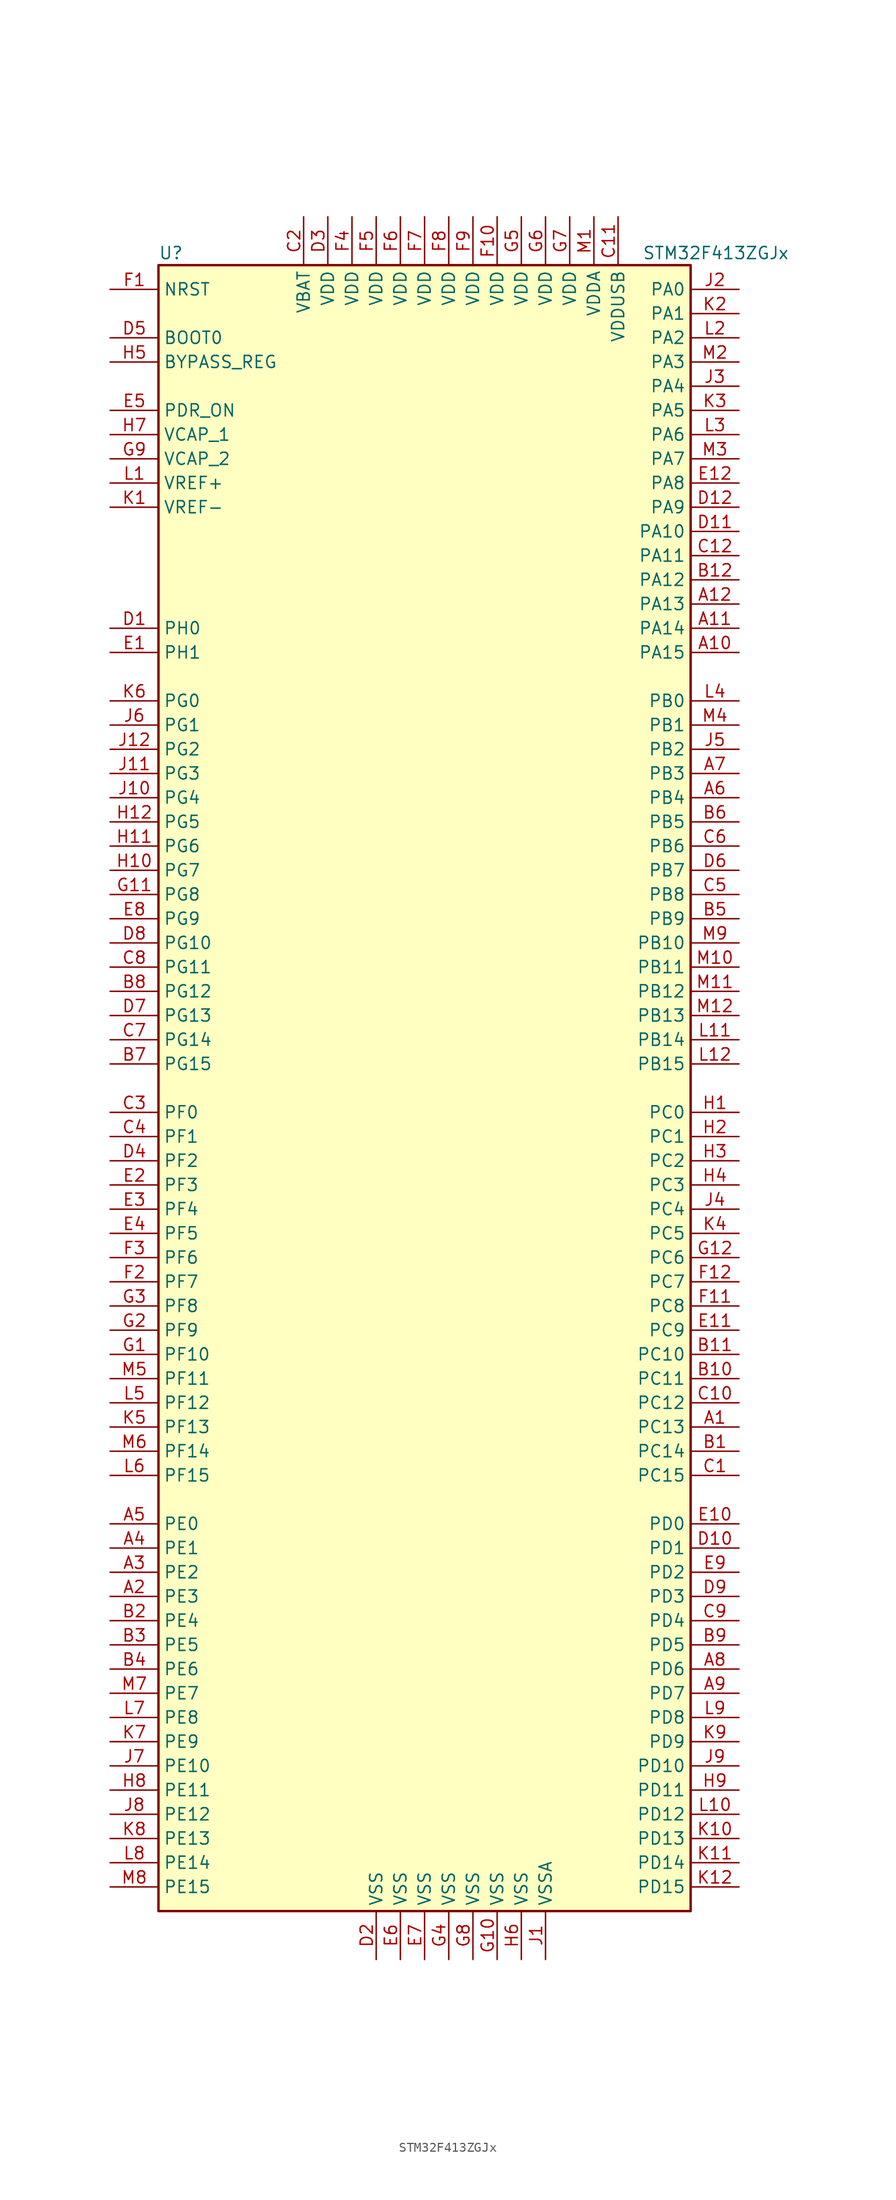
<source format=kicad_sym>
(kicad_symbol_lib
  (version 20211014)
  (generator kicad_symbol_editor)
  (symbol "STM32F413ZGJx"
    (property "Reference" "U"
      (at -27.94 87.63 0)
      (effects (font (size 1.27 1.27)) (justify left)))
    (property "Value" "STM32F413ZGJx"
      (at 22.86 87.63 0)
      (effects (font (size 1.27 1.27)) (justify left)))
    (symbol "STM32F413ZGJx_0_1"
      (rectangle (start -27.94 -86.36) (end 27.94 86.36) (stroke (width 0.254) (type default) (color 0 0 0 0)) (fill (type background))))
    (symbol "STM32F413ZGJx_1_1"
      (pin bidirectional line (at 33.02 -35.56 180) (length 5.08) (name "PC13" (effects (font (size 1.27 1.27)))) (number "A1" (effects (font (size 1.27 1.27)))))
      (pin bidirectional line (at 33.02 45.72 180) (length 5.08) (name "PA15" (effects (font (size 1.27 1.27)))) (number "A10" (effects (font (size 1.27 1.27)))))
      (pin bidirectional line (at 33.02 48.26 180) (length 5.08) (name "PA14" (effects (font (size 1.27 1.27)))) (number "A11" (effects (font (size 1.27 1.27)))))
      (pin bidirectional line (at 33.02 50.8 180) (length 5.08) (name "PA13" (effects (font (size 1.27 1.27)))) (number "A12" (effects (font (size 1.27 1.27)))))
      (pin bidirectional line (at -33.02 -53.34 0) (length 5.08) (name "PE3" (effects (font (size 1.27 1.27)))) (number "A2" (effects (font (size 1.27 1.27)))))
      (pin bidirectional line (at -33.02 -50.8 0) (length 5.08) (name "PE2" (effects (font (size 1.27 1.27)))) (number "A3" (effects (font (size 1.27 1.27)))))
      (pin bidirectional line (at -33.02 -48.26 0) (length 5.08) (name "PE1" (effects (font (size 1.27 1.27)))) (number "A4" (effects (font (size 1.27 1.27)))))
      (pin bidirectional line (at -33.02 -45.72 0) (length 5.08) (name "PE0" (effects (font (size 1.27 1.27)))) (number "A5" (effects (font (size 1.27 1.27)))))
      (pin bidirectional line (at 33.02 30.48 180) (length 5.08) (name "PB4" (effects (font (size 1.27 1.27)))) (number "A6" (effects (font (size 1.27 1.27)))))
      (pin bidirectional line (at 33.02 33.02 180) (length 5.08) (name "PB3" (effects (font (size 1.27 1.27)))) (number "A7" (effects (font (size 1.27 1.27)))))
      (pin bidirectional line (at 33.02 -60.96 180) (length 5.08) (name "PD6" (effects (font (size 1.27 1.27)))) (number "A8" (effects (font (size 1.27 1.27)))))
      (pin bidirectional line (at 33.02 -63.5 180) (length 5.08) (name "PD7" (effects (font (size 1.27 1.27)))) (number "A9" (effects (font (size 1.27 1.27)))))
      (pin bidirectional line (at 33.02 -38.1 180) (length 5.08) (name "PC14" (effects (font (size 1.27 1.27)))) (number "B1" (effects (font (size 1.27 1.27)))))
      (pin bidirectional line (at 33.02 -30.48 180) (length 5.08) (name "PC11" (effects (font (size 1.27 1.27)))) (number "B10" (effects (font (size 1.27 1.27)))))
      (pin bidirectional line (at 33.02 -27.94 180) (length 5.08) (name "PC10" (effects (font (size 1.27 1.27)))) (number "B11" (effects (font (size 1.27 1.27)))))
      (pin bidirectional line (at 33.02 53.34 180) (length 5.08) (name "PA12" (effects (font (size 1.27 1.27)))) (number "B12" (effects (font (size 1.27 1.27)))))
      (pin bidirectional line (at -33.02 -55.88 0) (length 5.08) (name "PE4" (effects (font (size 1.27 1.27)))) (number "B2" (effects (font (size 1.27 1.27)))))
      (pin bidirectional line (at -33.02 -58.42 0) (length 5.08) (name "PE5" (effects (font (size 1.27 1.27)))) (number "B3" (effects (font (size 1.27 1.27)))))
      (pin bidirectional line (at -33.02 -60.96 0) (length 5.08) (name "PE6" (effects (font (size 1.27 1.27)))) (number "B4" (effects (font (size 1.27 1.27)))))
      (pin bidirectional line (at 33.02 17.78 180) (length 5.08) (name "PB9" (effects (font (size 1.27 1.27)))) (number "B5" (effects (font (size 1.27 1.27)))))
      (pin bidirectional line (at 33.02 27.94 180) (length 5.08) (name "PB5" (effects (font (size 1.27 1.27)))) (number "B6" (effects (font (size 1.27 1.27)))))
      (pin bidirectional line (at -33.02 2.54 0) (length 5.08) (name "PG15" (effects (font (size 1.27 1.27)))) (number "B7" (effects (font (size 1.27 1.27)))))
      (pin bidirectional line (at -33.02 10.16 0) (length 5.08) (name "PG12" (effects (font (size 1.27 1.27)))) (number "B8" (effects (font (size 1.27 1.27)))))
      (pin bidirectional line (at 33.02 -58.42 180) (length 5.08) (name "PD5" (effects (font (size 1.27 1.27)))) (number "B9" (effects (font (size 1.27 1.27)))))
      (pin bidirectional line (at 33.02 -40.64 180) (length 5.08) (name "PC15" (effects (font (size 1.27 1.27)))) (number "C1" (effects (font (size 1.27 1.27)))))
      (pin bidirectional line (at 33.02 -33.02 180) (length 5.08) (name "PC12" (effects (font (size 1.27 1.27)))) (number "C10" (effects (font (size 1.27 1.27)))))
      (pin power_in line (at 20.32 91.44 270) (length 5.08) (name "VDDUSB" (effects (font (size 1.27 1.27)))) (number "C11" (effects (font (size 1.27 1.27)))))
      (pin bidirectional line (at 33.02 55.88 180) (length 5.08) (name "PA11" (effects (font (size 1.27 1.27)))) (number "C12" (effects (font (size 1.27 1.27)))))
      (pin power_in line (at -12.7 91.44 270) (length 5.08) (name "VBAT" (effects (font (size 1.27 1.27)))) (number "C2" (effects (font (size 1.27 1.27)))))
      (pin bidirectional line (at -33.02 -2.54 0) (length 5.08) (name "PF0" (effects (font (size 1.27 1.27)))) (number "C3" (effects (font (size 1.27 1.27)))))
      (pin bidirectional line (at -33.02 -5.08 0) (length 5.08) (name "PF1" (effects (font (size 1.27 1.27)))) (number "C4" (effects (font (size 1.27 1.27)))))
      (pin bidirectional line (at 33.02 20.32 180) (length 5.08) (name "PB8" (effects (font (size 1.27 1.27)))) (number "C5" (effects (font (size 1.27 1.27)))))
      (pin bidirectional line (at 33.02 25.4 180) (length 5.08) (name "PB6" (effects (font (size 1.27 1.27)))) (number "C6" (effects (font (size 1.27 1.27)))))
      (pin bidirectional line (at -33.02 5.08 0) (length 5.08) (name "PG14" (effects (font (size 1.27 1.27)))) (number "C7" (effects (font (size 1.27 1.27)))))
      (pin bidirectional line (at -33.02 12.7 0) (length 5.08) (name "PG11" (effects (font (size 1.27 1.27)))) (number "C8" (effects (font (size 1.27 1.27)))))
      (pin bidirectional line (at 33.02 -55.88 180) (length 5.08) (name "PD4" (effects (font (size 1.27 1.27)))) (number "C9" (effects (font (size 1.27 1.27)))))
      (pin input line (at -33.02 48.26 0) (length 5.08) (name "PH0" (effects (font (size 1.27 1.27)))) (number "D1" (effects (font (size 1.27 1.27)))))
      (pin bidirectional line (at 33.02 -48.26 180) (length 5.08) (name "PD1" (effects (font (size 1.27 1.27)))) (number "D10" (effects (font (size 1.27 1.27)))))
      (pin bidirectional line (at 33.02 58.42 180) (length 5.08) (name "PA10" (effects (font (size 1.27 1.27)))) (number "D11" (effects (font (size 1.27 1.27)))))
      (pin bidirectional line (at 33.02 60.96 180) (length 5.08) (name "PA9" (effects (font (size 1.27 1.27)))) (number "D12" (effects (font (size 1.27 1.27)))))
      (pin power_in line (at -5.08 -91.44 90) (length 5.08) (name "VSS" (effects (font (size 1.27 1.27)))) (number "D2" (effects (font (size 1.27 1.27)))))
      (pin power_in line (at -10.16 91.44 270) (length 5.08) (name "VDD" (effects (font (size 1.27 1.27)))) (number "D3" (effects (font (size 1.27 1.27)))))
      (pin bidirectional line (at -33.02 -7.62 0) (length 5.08) (name "PF2" (effects (font (size 1.27 1.27)))) (number "D4" (effects (font (size 1.27 1.27)))))
      (pin input line (at -33.02 78.74 0) (length 5.08) (name "BOOT0" (effects (font (size 1.27 1.27)))) (number "D5" (effects (font (size 1.27 1.27)))))
      (pin bidirectional line (at 33.02 22.86 180) (length 5.08) (name "PB7" (effects (font (size 1.27 1.27)))) (number "D6" (effects (font (size 1.27 1.27)))))
      (pin bidirectional line (at -33.02 7.62 0) (length 5.08) (name "PG13" (effects (font (size 1.27 1.27)))) (number "D7" (effects (font (size 1.27 1.27)))))
      (pin bidirectional line (at -33.02 15.24 0) (length 5.08) (name "PG10" (effects (font (size 1.27 1.27)))) (number "D8" (effects (font (size 1.27 1.27)))))
      (pin bidirectional line (at 33.02 -53.34 180) (length 5.08) (name "PD3" (effects (font (size 1.27 1.27)))) (number "D9" (effects (font (size 1.27 1.27)))))
      (pin input line (at -33.02 45.72 0) (length 5.08) (name "PH1" (effects (font (size 1.27 1.27)))) (number "E1" (effects (font (size 1.27 1.27)))))
      (pin bidirectional line (at 33.02 -45.72 180) (length 5.08) (name "PD0" (effects (font (size 1.27 1.27)))) (number "E10" (effects (font (size 1.27 1.27)))))
      (pin bidirectional line (at 33.02 -25.4 180) (length 5.08) (name "PC9" (effects (font (size 1.27 1.27)))) (number "E11" (effects (font (size 1.27 1.27)))))
      (pin bidirectional line (at 33.02 63.5 180) (length 5.08) (name "PA8" (effects (font (size 1.27 1.27)))) (number "E12" (effects (font (size 1.27 1.27)))))
      (pin bidirectional line (at -33.02 -10.16 0) (length 5.08) (name "PF3" (effects (font (size 1.27 1.27)))) (number "E2" (effects (font (size 1.27 1.27)))))
      (pin bidirectional line (at -33.02 -12.7 0) (length 5.08) (name "PF4" (effects (font (size 1.27 1.27)))) (number "E3" (effects (font (size 1.27 1.27)))))
      (pin bidirectional line (at -33.02 -15.24 0) (length 5.08) (name "PF5" (effects (font (size 1.27 1.27)))) (number "E4" (effects (font (size 1.27 1.27)))))
      (pin power_in line (at -33.02 71.12 0) (length 5.08) (name "PDR_ON" (effects (font (size 1.27 1.27)))) (number "E5" (effects (font (size 1.27 1.27)))))
      (pin power_in line (at -2.54 -91.44 90) (length 5.08) (name "VSS" (effects (font (size 1.27 1.27)))) (number "E6" (effects (font (size 1.27 1.27)))))
      (pin power_in line (at 0 -91.44 90) (length 5.08) (name "VSS" (effects (font (size 1.27 1.27)))) (number "E7" (effects (font (size 1.27 1.27)))))
      (pin bidirectional line (at -33.02 17.78 0) (length 5.08) (name "PG9" (effects (font (size 1.27 1.27)))) (number "E8" (effects (font (size 1.27 1.27)))))
      (pin bidirectional line (at 33.02 -50.8 180) (length 5.08) (name "PD2" (effects (font (size 1.27 1.27)))) (number "E9" (effects (font (size 1.27 1.27)))))
      (pin input line (at -33.02 83.82 0) (length 5.08) (name "NRST" (effects (font (size 1.27 1.27)))) (number "F1" (effects (font (size 1.27 1.27)))))
      (pin power_in line (at 7.62 91.44 270) (length 5.08) (name "VDD" (effects (font (size 1.27 1.27)))) (number "F10" (effects (font (size 1.27 1.27)))))
      (pin bidirectional line (at 33.02 -22.86 180) (length 5.08) (name "PC8" (effects (font (size 1.27 1.27)))) (number "F11" (effects (font (size 1.27 1.27)))))
      (pin bidirectional line (at 33.02 -20.32 180) (length 5.08) (name "PC7" (effects (font (size 1.27 1.27)))) (number "F12" (effects (font (size 1.27 1.27)))))
      (pin bidirectional line (at -33.02 -20.32 0) (length 5.08) (name "PF7" (effects (font (size 1.27 1.27)))) (number "F2" (effects (font (size 1.27 1.27)))))
      (pin bidirectional line (at -33.02 -17.78 0) (length 5.08) (name "PF6" (effects (font (size 1.27 1.27)))) (number "F3" (effects (font (size 1.27 1.27)))))
      (pin power_in line (at -7.62 91.44 270) (length 5.08) (name "VDD" (effects (font (size 1.27 1.27)))) (number "F4" (effects (font (size 1.27 1.27)))))
      (pin power_in line (at -5.08 91.44 270) (length 5.08) (name "VDD" (effects (font (size 1.27 1.27)))) (number "F5" (effects (font (size 1.27 1.27)))))
      (pin power_in line (at -2.54 91.44 270) (length 5.08) (name "VDD" (effects (font (size 1.27 1.27)))) (number "F6" (effects (font (size 1.27 1.27)))))
      (pin power_in line (at 0 91.44 270) (length 5.08) (name "VDD" (effects (font (size 1.27 1.27)))) (number "F7" (effects (font (size 1.27 1.27)))))
      (pin power_in line (at 2.54 91.44 270) (length 5.08) (name "VDD" (effects (font (size 1.27 1.27)))) (number "F8" (effects (font (size 1.27 1.27)))))
      (pin power_in line (at 5.08 91.44 270) (length 5.08) (name "VDD" (effects (font (size 1.27 1.27)))) (number "F9" (effects (font (size 1.27 1.27)))))
      (pin bidirectional line (at -33.02 -27.94 0) (length 5.08) (name "PF10" (effects (font (size 1.27 1.27)))) (number "G1" (effects (font (size 1.27 1.27)))))
      (pin power_in line (at 7.62 -91.44 90) (length 5.08) (name "VSS" (effects (font (size 1.27 1.27)))) (number "G10" (effects (font (size 1.27 1.27)))))
      (pin bidirectional line (at -33.02 20.32 0) (length 5.08) (name "PG8" (effects (font (size 1.27 1.27)))) (number "G11" (effects (font (size 1.27 1.27)))))
      (pin bidirectional line (at 33.02 -17.78 180) (length 5.08) (name "PC6" (effects (font (size 1.27 1.27)))) (number "G12" (effects (font (size 1.27 1.27)))))
      (pin bidirectional line (at -33.02 -25.4 0) (length 5.08) (name "PF9" (effects (font (size 1.27 1.27)))) (number "G2" (effects (font (size 1.27 1.27)))))
      (pin bidirectional line (at -33.02 -22.86 0) (length 5.08) (name "PF8" (effects (font (size 1.27 1.27)))) (number "G3" (effects (font (size 1.27 1.27)))))
      (pin power_in line (at 2.54 -91.44 90) (length 5.08) (name "VSS" (effects (font (size 1.27 1.27)))) (number "G4" (effects (font (size 1.27 1.27)))))
      (pin power_in line (at 10.16 91.44 270) (length 5.08) (name "VDD" (effects (font (size 1.27 1.27)))) (number "G5" (effects (font (size 1.27 1.27)))))
      (pin power_in line (at 12.7 91.44 270) (length 5.08) (name "VDD" (effects (font (size 1.27 1.27)))) (number "G6" (effects (font (size 1.27 1.27)))))
      (pin power_in line (at 15.24 91.44 270) (length 5.08) (name "VDD" (effects (font (size 1.27 1.27)))) (number "G7" (effects (font (size 1.27 1.27)))))
      (pin power_in line (at 5.08 -91.44 90) (length 5.08) (name "VSS" (effects (font (size 1.27 1.27)))) (number "G8" (effects (font (size 1.27 1.27)))))
      (pin power_in line (at -33.02 66.04 0) (length 5.08) (name "VCAP_2" (effects (font (size 1.27 1.27)))) (number "G9" (effects (font (size 1.27 1.27)))))
      (pin bidirectional line (at 33.02 -2.54 180) (length 5.08) (name "PC0" (effects (font (size 1.27 1.27)))) (number "H1" (effects (font (size 1.27 1.27)))))
      (pin bidirectional line (at -33.02 22.86 0) (length 5.08) (name "PG7" (effects (font (size 1.27 1.27)))) (number "H10" (effects (font (size 1.27 1.27)))))
      (pin bidirectional line (at -33.02 25.4 0) (length 5.08) (name "PG6" (effects (font (size 1.27 1.27)))) (number "H11" (effects (font (size 1.27 1.27)))))
      (pin bidirectional line (at -33.02 27.94 0) (length 5.08) (name "PG5" (effects (font (size 1.27 1.27)))) (number "H12" (effects (font (size 1.27 1.27)))))
      (pin bidirectional line (at 33.02 -5.08 180) (length 5.08) (name "PC1" (effects (font (size 1.27 1.27)))) (number "H2" (effects (font (size 1.27 1.27)))))
      (pin bidirectional line (at 33.02 -7.62 180) (length 5.08) (name "PC2" (effects (font (size 1.27 1.27)))) (number "H3" (effects (font (size 1.27 1.27)))))
      (pin bidirectional line (at 33.02 -10.16 180) (length 5.08) (name "PC3" (effects (font (size 1.27 1.27)))) (number "H4" (effects (font (size 1.27 1.27)))))
      (pin input line (at -33.02 76.2 0) (length 5.08) (name "BYPASS_REG" (effects (font (size 1.27 1.27)))) (number "H5" (effects (font (size 1.27 1.27)))))
      (pin power_in line (at 10.16 -91.44 90) (length 5.08) (name "VSS" (effects (font (size 1.27 1.27)))) (number "H6" (effects (font (size 1.27 1.27)))))
      (pin power_in line (at -33.02 68.58 0) (length 5.08) (name "VCAP_1" (effects (font (size 1.27 1.27)))) (number "H7" (effects (font (size 1.27 1.27)))))
      (pin bidirectional line (at -33.02 -73.66 0) (length 5.08) (name "PE11" (effects (font (size 1.27 1.27)))) (number "H8" (effects (font (size 1.27 1.27)))))
      (pin bidirectional line (at 33.02 -73.66 180) (length 5.08) (name "PD11" (effects (font (size 1.27 1.27)))) (number "H9" (effects (font (size 1.27 1.27)))))
      (pin power_in line (at 12.7 -91.44 90) (length 5.08) (name "VSSA" (effects (font (size 1.27 1.27)))) (number "J1" (effects (font (size 1.27 1.27)))))
      (pin bidirectional line (at -33.02 30.48 0) (length 5.08) (name "PG4" (effects (font (size 1.27 1.27)))) (number "J10" (effects (font (size 1.27 1.27)))))
      (pin bidirectional line (at -33.02 33.02 0) (length 5.08) (name "PG3" (effects (font (size 1.27 1.27)))) (number "J11" (effects (font (size 1.27 1.27)))))
      (pin bidirectional line (at -33.02 35.56 0) (length 5.08) (name "PG2" (effects (font (size 1.27 1.27)))) (number "J12" (effects (font (size 1.27 1.27)))))
      (pin bidirectional line (at 33.02 83.82 180) (length 5.08) (name "PA0" (effects (font (size 1.27 1.27)))) (number "J2" (effects (font (size 1.27 1.27)))))
      (pin bidirectional line (at 33.02 73.66 180) (length 5.08) (name "PA4" (effects (font (size 1.27 1.27)))) (number "J3" (effects (font (size 1.27 1.27)))))
      (pin bidirectional line (at 33.02 -12.7 180) (length 5.08) (name "PC4" (effects (font (size 1.27 1.27)))) (number "J4" (effects (font (size 1.27 1.27)))))
      (pin bidirectional line (at 33.02 35.56 180) (length 5.08) (name "PB2" (effects (font (size 1.27 1.27)))) (number "J5" (effects (font (size 1.27 1.27)))))
      (pin bidirectional line (at -33.02 38.1 0) (length 5.08) (name "PG1" (effects (font (size 1.27 1.27)))) (number "J6" (effects (font (size 1.27 1.27)))))
      (pin bidirectional line (at -33.02 -71.12 0) (length 5.08) (name "PE10" (effects (font (size 1.27 1.27)))) (number "J7" (effects (font (size 1.27 1.27)))))
      (pin bidirectional line (at -33.02 -76.2 0) (length 5.08) (name "PE12" (effects (font (size 1.27 1.27)))) (number "J8" (effects (font (size 1.27 1.27)))))
      (pin bidirectional line (at 33.02 -71.12 180) (length 5.08) (name "PD10" (effects (font (size 1.27 1.27)))) (number "J9" (effects (font (size 1.27 1.27)))))
      (pin power_in line (at -33.02 60.96 0) (length 5.08) (name "VREF-" (effects (font (size 1.27 1.27)))) (number "K1" (effects (font (size 1.27 1.27)))))
      (pin bidirectional line (at 33.02 -78.74 180) (length 5.08) (name "PD13" (effects (font (size 1.27 1.27)))) (number "K10" (effects (font (size 1.27 1.27)))))
      (pin bidirectional line (at 33.02 -81.28 180) (length 5.08) (name "PD14" (effects (font (size 1.27 1.27)))) (number "K11" (effects (font (size 1.27 1.27)))))
      (pin bidirectional line (at 33.02 -83.82 180) (length 5.08) (name "PD15" (effects (font (size 1.27 1.27)))) (number "K12" (effects (font (size 1.27 1.27)))))
      (pin bidirectional line (at 33.02 81.28 180) (length 5.08) (name "PA1" (effects (font (size 1.27 1.27)))) (number "K2" (effects (font (size 1.27 1.27)))))
      (pin bidirectional line (at 33.02 71.12 180) (length 5.08) (name "PA5" (effects (font (size 1.27 1.27)))) (number "K3" (effects (font (size 1.27 1.27)))))
      (pin bidirectional line (at 33.02 -15.24 180) (length 5.08) (name "PC5" (effects (font (size 1.27 1.27)))) (number "K4" (effects (font (size 1.27 1.27)))))
      (pin bidirectional line (at -33.02 -35.56 0) (length 5.08) (name "PF13" (effects (font (size 1.27 1.27)))) (number "K5" (effects (font (size 1.27 1.27)))))
      (pin bidirectional line (at -33.02 40.64 0) (length 5.08) (name "PG0" (effects (font (size 1.27 1.27)))) (number "K6" (effects (font (size 1.27 1.27)))))
      (pin bidirectional line (at -33.02 -68.58 0) (length 5.08) (name "PE9" (effects (font (size 1.27 1.27)))) (number "K7" (effects (font (size 1.27 1.27)))))
      (pin bidirectional line (at -33.02 -78.74 0) (length 5.08) (name "PE13" (effects (font (size 1.27 1.27)))) (number "K8" (effects (font (size 1.27 1.27)))))
      (pin bidirectional line (at 33.02 -68.58 180) (length 5.08) (name "PD9" (effects (font (size 1.27 1.27)))) (number "K9" (effects (font (size 1.27 1.27)))))
      (pin power_in line (at -33.02 63.5 0) (length 5.08) (name "VREF+" (effects (font (size 1.27 1.27)))) (number "L1" (effects (font (size 1.27 1.27)))))
      (pin bidirectional line (at 33.02 -76.2 180) (length 5.08) (name "PD12" (effects (font (size 1.27 1.27)))) (number "L10" (effects (font (size 1.27 1.27)))))
      (pin bidirectional line (at 33.02 5.08 180) (length 5.08) (name "PB14" (effects (font (size 1.27 1.27)))) (number "L11" (effects (font (size 1.27 1.27)))))
      (pin bidirectional line (at 33.02 2.54 180) (length 5.08) (name "PB15" (effects (font (size 1.27 1.27)))) (number "L12" (effects (font (size 1.27 1.27)))))
      (pin bidirectional line (at 33.02 78.74 180) (length 5.08) (name "PA2" (effects (font (size 1.27 1.27)))) (number "L2" (effects (font (size 1.27 1.27)))))
      (pin bidirectional line (at 33.02 68.58 180) (length 5.08) (name "PA6" (effects (font (size 1.27 1.27)))) (number "L3" (effects (font (size 1.27 1.27)))))
      (pin bidirectional line (at 33.02 40.64 180) (length 5.08) (name "PB0" (effects (font (size 1.27 1.27)))) (number "L4" (effects (font (size 1.27 1.27)))))
      (pin bidirectional line (at -33.02 -33.02 0) (length 5.08) (name "PF12" (effects (font (size 1.27 1.27)))) (number "L5" (effects (font (size 1.27 1.27)))))
      (pin bidirectional line (at -33.02 -40.64 0) (length 5.08) (name "PF15" (effects (font (size 1.27 1.27)))) (number "L6" (effects (font (size 1.27 1.27)))))
      (pin bidirectional line (at -33.02 -66.04 0) (length 5.08) (name "PE8" (effects (font (size 1.27 1.27)))) (number "L7" (effects (font (size 1.27 1.27)))))
      (pin bidirectional line (at -33.02 -81.28 0) (length 5.08) (name "PE14" (effects (font (size 1.27 1.27)))) (number "L8" (effects (font (size 1.27 1.27)))))
      (pin bidirectional line (at 33.02 -66.04 180) (length 5.08) (name "PD8" (effects (font (size 1.27 1.27)))) (number "L9" (effects (font (size 1.27 1.27)))))
      (pin power_in line (at 17.78 91.44 270) (length 5.08) (name "VDDA" (effects (font (size 1.27 1.27)))) (number "M1" (effects (font (size 1.27 1.27)))))
      (pin bidirectional line (at 33.02 12.7 180) (length 5.08) (name "PB11" (effects (font (size 1.27 1.27)))) (number "M10" (effects (font (size 1.27 1.27)))))
      (pin bidirectional line (at 33.02 10.16 180) (length 5.08) (name "PB12" (effects (font (size 1.27 1.27)))) (number "M11" (effects (font (size 1.27 1.27)))))
      (pin bidirectional line (at 33.02 7.62 180) (length 5.08) (name "PB13" (effects (font (size 1.27 1.27)))) (number "M12" (effects (font (size 1.27 1.27)))))
      (pin bidirectional line (at 33.02 76.2 180) (length 5.08) (name "PA3" (effects (font (size 1.27 1.27)))) (number "M2" (effects (font (size 1.27 1.27)))))
      (pin bidirectional line (at 33.02 66.04 180) (length 5.08) (name "PA7" (effects (font (size 1.27 1.27)))) (number "M3" (effects (font (size 1.27 1.27)))))
      (pin bidirectional line (at 33.02 38.1 180) (length 5.08) (name "PB1" (effects (font (size 1.27 1.27)))) (number "M4" (effects (font (size 1.27 1.27)))))
      (pin bidirectional line (at -33.02 -30.48 0) (length 5.08) (name "PF11" (effects (font (size 1.27 1.27)))) (number "M5" (effects (font (size 1.27 1.27)))))
      (pin bidirectional line (at -33.02 -38.1 0) (length 5.08) (name "PF14" (effects (font (size 1.27 1.27)))) (number "M6" (effects (font (size 1.27 1.27)))))
      (pin bidirectional line (at -33.02 -63.5 0) (length 5.08) (name "PE7" (effects (font (size 1.27 1.27)))) (number "M7" (effects (font (size 1.27 1.27)))))
      (pin bidirectional line (at -33.02 -83.82 0) (length 5.08) (name "PE15" (effects (font (size 1.27 1.27)))) (number "M8" (effects (font (size 1.27 1.27)))))
      (pin bidirectional line (at 33.02 15.24 180) (length 5.08) (name "PB10" (effects (font (size 1.27 1.27)))) (number "M9" (effects (font (size 1.27 1.27))))))))
</source>
